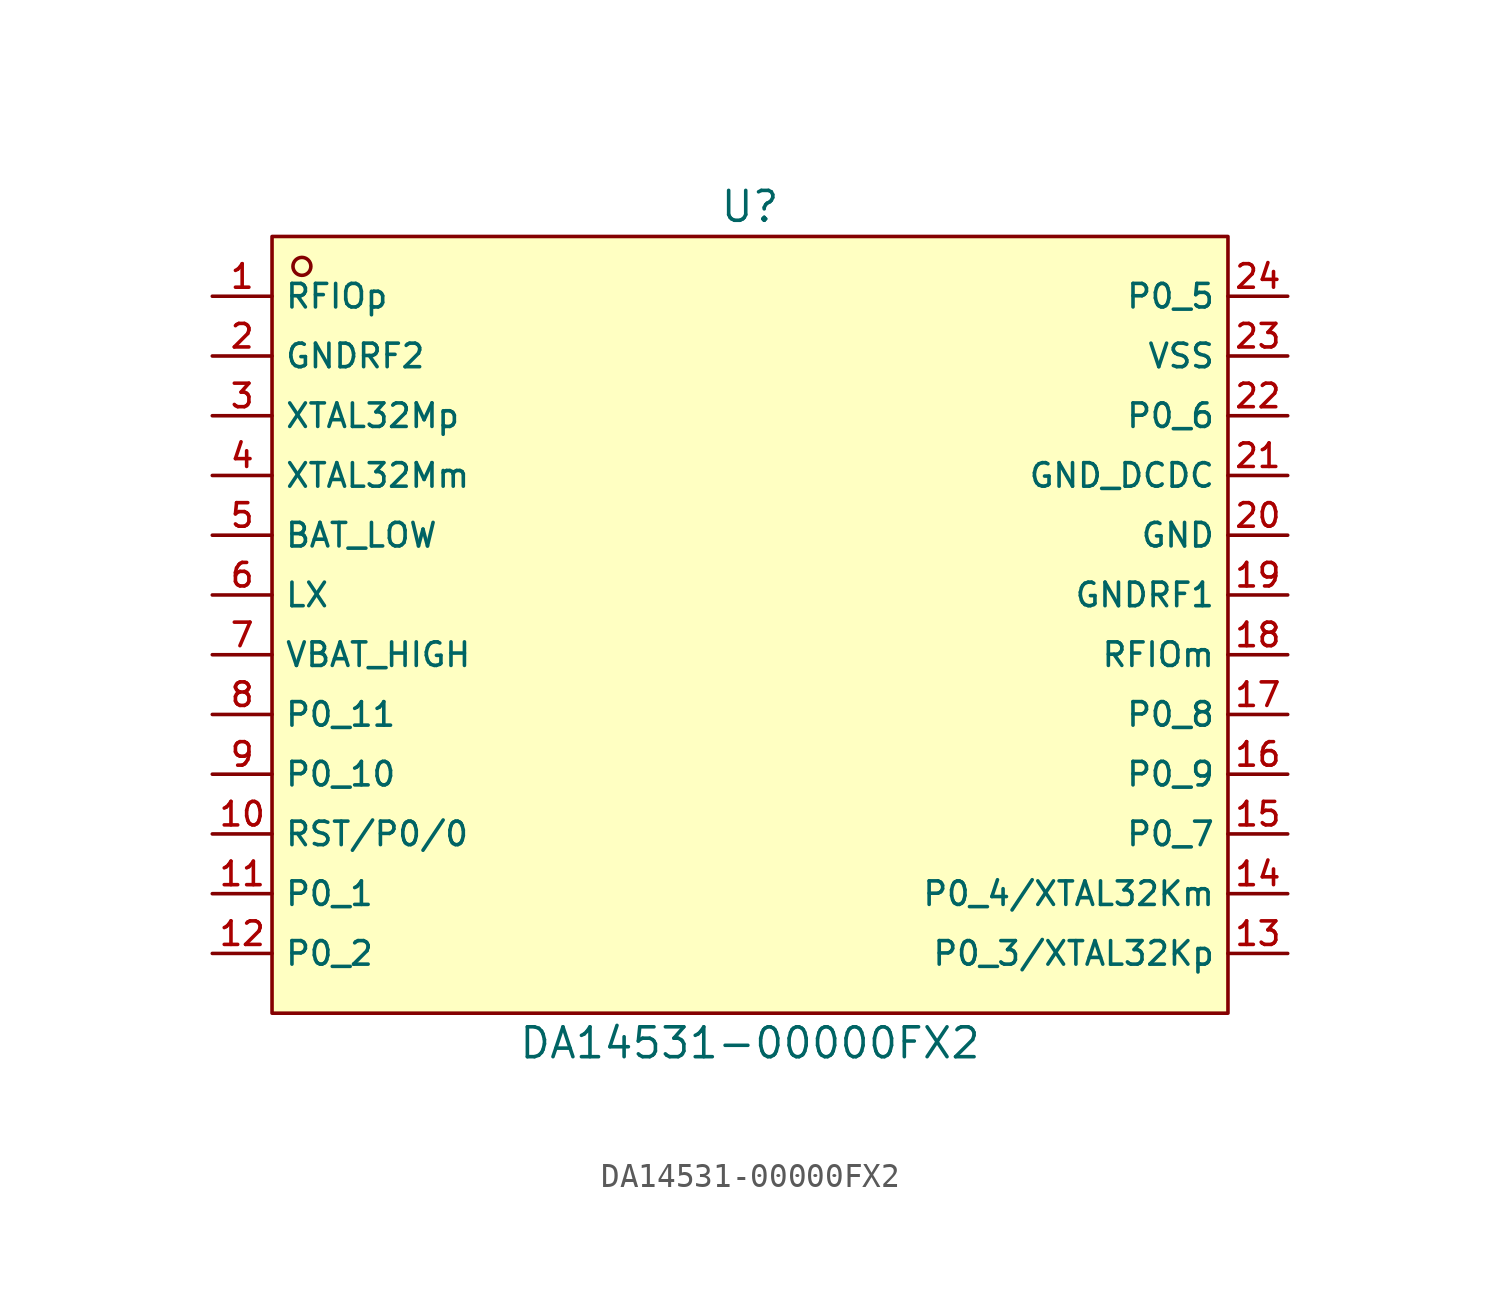
<source format=kicad_sym>
(kicad_symbol_lib
  (version 20211014)
  (generator kicad_symbol_editor)
  (symbol "DA14531-00000FX2"
    (property "Reference" "U"
      (at 0 17.78 0)
      (effects (font (size 1.27 1.27))))
    (property "Value" "DA14531-00000FX2"
      (at 0 -17.78 0)
      (effects (font (size 1.27 1.27))))
    (symbol "DA14531-00000FX2_0_1"
      (rectangle (start -20.32 16.51) (end 20.32 -16.51) (stroke (width 0) (type default) (color 0 0 0 0)) (fill (type background)))
      (circle (center -19.05 15.24) (radius 0.381) (stroke (width 0) (type default) (color 0 0 0 0)) (fill (type background)))
      (pin bidirectional line (at -22.86 13.97 0) (length 2.54) (name "RFIOp" (effects (font (size 1 1)))) (number "1" (effects (font (size 1 1)))))
      (pin bidirectional line (at -22.86 -8.89 0) (length 2.54) (name "RST/P0/0" (effects (font (size 1 1)))) (number "10" (effects (font (size 1 1)))))
      (pin bidirectional line (at -22.86 -11.43 0) (length 2.54) (name "P0_1" (effects (font (size 1 1)))) (number "11" (effects (font (size 1 1)))))
      (pin bidirectional line (at -22.86 -13.97 0) (length 2.54) (name "P0_2" (effects (font (size 1 1)))) (number "12" (effects (font (size 1 1)))))
      (pin bidirectional line (at 22.86 -13.97 180) (length 2.54) (name "P0_3/XTAL32Kp" (effects (font (size 1 1)))) (number "13" (effects (font (size 1 1)))))
      (pin bidirectional line (at 22.86 -11.43 180) (length 2.54) (name "P0_4/XTAL32Km" (effects (font (size 1 1)))) (number "14" (effects (font (size 1 1)))))
      (pin bidirectional line (at 22.86 -8.89 180) (length 2.54) (name "P0_7" (effects (font (size 1 1)))) (number "15" (effects (font (size 1 1)))))
      (pin bidirectional line (at 22.86 -6.35 180) (length 2.54) (name "P0_9" (effects (font (size 1 1)))) (number "16" (effects (font (size 1 1)))))
      (pin bidirectional line (at 22.86 -3.81 180) (length 2.54) (name "P0_8" (effects (font (size 1 1)))) (number "17" (effects (font (size 1 1)))))
      (pin power_in line (at 22.86 -1.27 180) (length 2.54) (name "RFIOm" (effects (font (size 1 1)))) (number "18" (effects (font (size 1 1)))))
      (pin power_in line (at 22.86 1.27 180) (length 2.54) (name "GNDRF1" (effects (font (size 1 1)))) (number "19" (effects (font (size 1 1)))))
      (pin power_in line (at -22.86 11.43 0) (length 2.54) (name "GNDRF2" (effects (font (size 1 1)))) (number "2" (effects (font (size 1 1)))))
      (pin power_in line (at 22.86 3.81 180) (length 2.54) (name "GND" (effects (font (size 1 1)))) (number "20" (effects (font (size 1 1)))))
      (pin power_in line (at 22.86 6.35 180) (length 2.54) (name "GND_DCDC" (effects (font (size 1 1)))) (number "21" (effects (font (size 1 1)))))
      (pin bidirectional line (at 22.86 8.89 180) (length 2.54) (name "P0_6" (effects (font (size 1 1)))) (number "22" (effects (font (size 1 1)))))
      (pin power_in line (at 22.86 11.43 180) (length 2.54) (name "VSS" (effects (font (size 1 1)))) (number "23" (effects (font (size 1 1)))))
      (pin bidirectional line (at 22.86 13.97 180) (length 2.54) (name "P0_5" (effects (font (size 1 1)))) (number "24" (effects (font (size 1 1)))))
      (pin bidirectional line (at -22.86 8.89 0) (length 2.54) (name "XTAL32Mp" (effects (font (size 1 1)))) (number "3" (effects (font (size 1 1)))))
      (pin bidirectional line (at -22.86 6.35 0) (length 2.54) (name "XTAL32Mm" (effects (font (size 1 1)))) (number "4" (effects (font (size 1 1)))))
      (pin power_in line (at -22.86 3.81 0) (length 2.54) (name "BAT_LOW" (effects (font (size 1 1)))) (number "5" (effects (font (size 1 1)))))
      (pin power_out line (at -22.86 1.27 0) (length 2.54) (name "LX" (effects (font (size 1 1)))) (number "6" (effects (font (size 1 1)))))
      (pin power_in line (at -22.86 -1.27 0) (length 2.54) (name "VBAT_HIGH" (effects (font (size 1 1)))) (number "7" (effects (font (size 1 1)))))
      (pin bidirectional line (at -22.86 -3.81 0) (length 2.54) (name "P0_11" (effects (font (size 1 1)))) (number "8" (effects (font (size 1 1)))))
      (pin bidirectional line (at -22.86 -6.35 0) (length 2.54) (name "P0_10" (effects (font (size 1 1)))) (number "9" (effects (font (size 1 1))))))))
</source>
